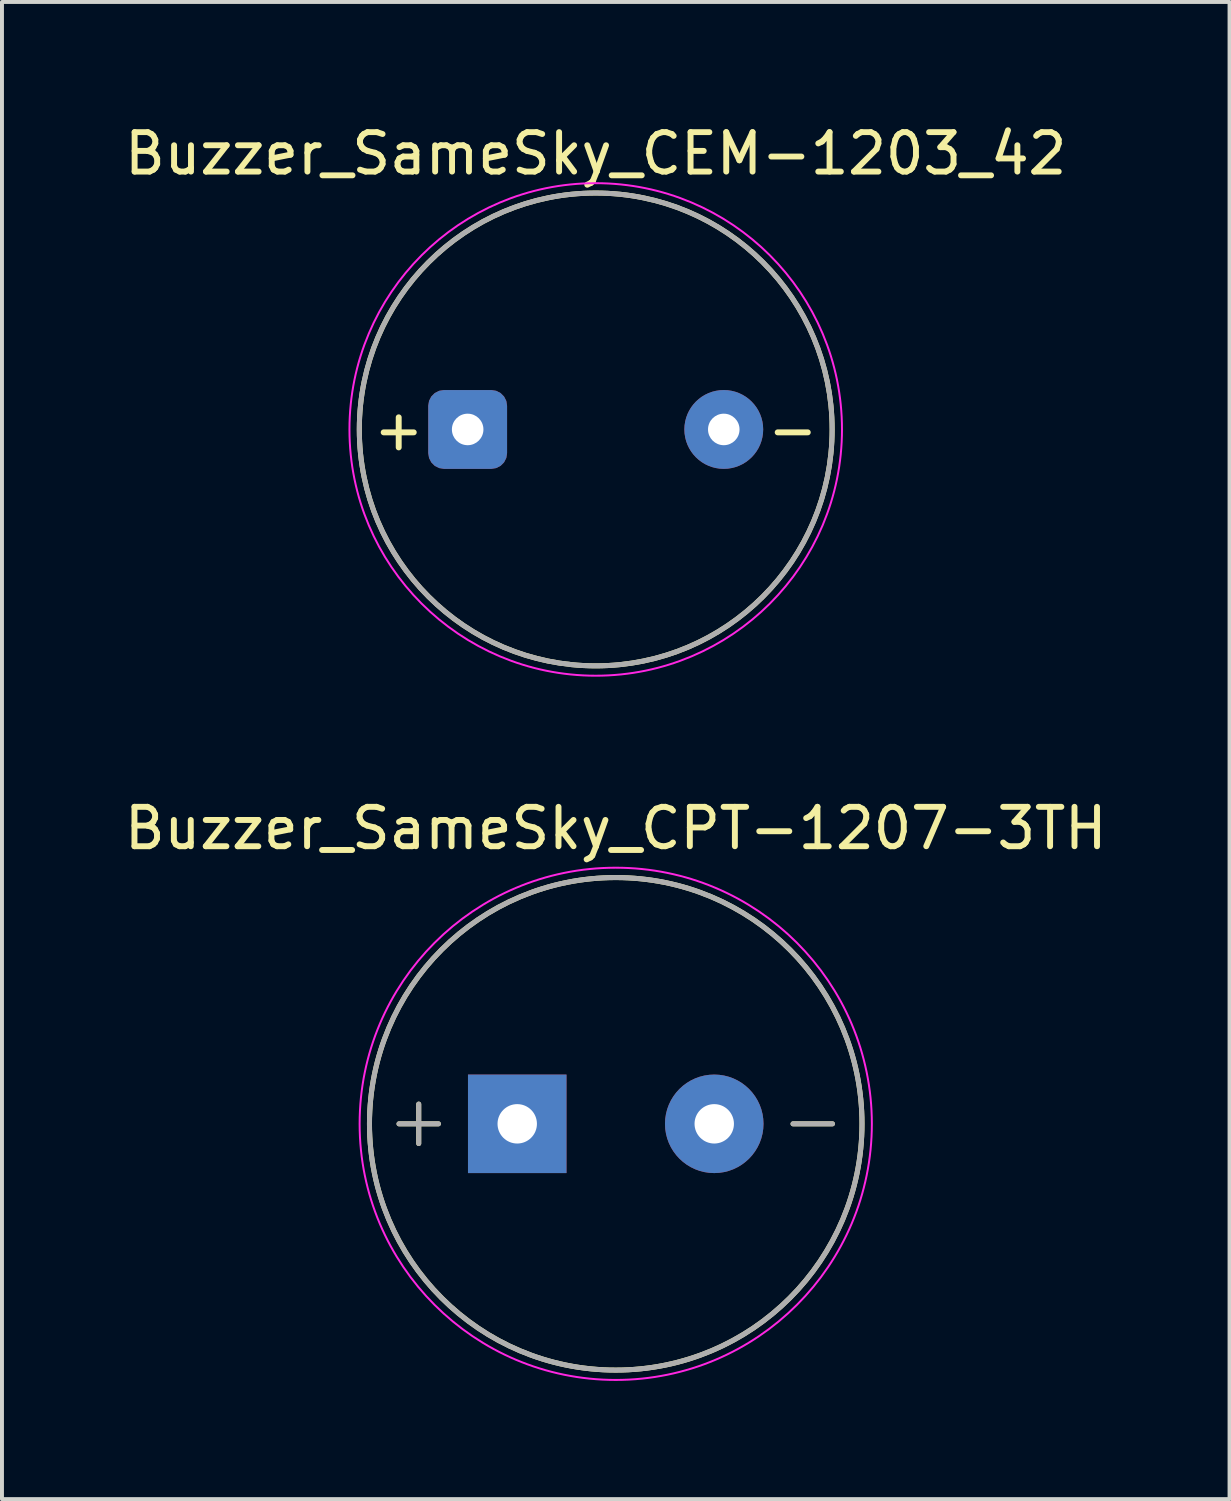
<source format=kicad_pcb>
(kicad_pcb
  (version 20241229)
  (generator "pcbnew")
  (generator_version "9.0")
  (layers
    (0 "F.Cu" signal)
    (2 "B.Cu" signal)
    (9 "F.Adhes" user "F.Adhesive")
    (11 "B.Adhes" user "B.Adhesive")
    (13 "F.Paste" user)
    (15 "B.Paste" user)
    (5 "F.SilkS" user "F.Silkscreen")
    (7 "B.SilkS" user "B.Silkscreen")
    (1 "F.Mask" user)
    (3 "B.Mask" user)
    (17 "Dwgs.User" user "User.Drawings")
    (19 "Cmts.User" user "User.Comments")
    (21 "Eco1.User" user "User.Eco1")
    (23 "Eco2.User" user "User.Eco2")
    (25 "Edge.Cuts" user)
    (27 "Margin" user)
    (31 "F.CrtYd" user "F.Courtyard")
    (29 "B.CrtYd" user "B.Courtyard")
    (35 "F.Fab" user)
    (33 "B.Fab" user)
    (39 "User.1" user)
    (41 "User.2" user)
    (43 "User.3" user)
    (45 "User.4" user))
  (footprint "Buzzer_SameSky_CPT-1207-3TH"
    (layer "F.Cu")
    (at 12.577 25.472)
    (property "Reference" "Buzzer_SameSky_CPT-1207-3TH" (at 0 -7.5 0) (layer "F.SilkS") (effects (font (size 1 1) (thickness 0.15))))
    (attr through_hole)
    (fp_line (start -5 -0.5) (end -5 0.5) (stroke (width 0.127) (type solid)) (layer "F.SilkS"))
    (fp_line (start -4.5 0) (end -5.5 0) (stroke (width 0.127) (type solid)) (layer "F.SilkS"))
    (fp_line (start 4.5 0) (end 5.5 0) (stroke (width 0.127) (type solid)) (layer "F.SilkS"))
    (fp_circle (center 0 0) (end 6.25 0) (stroke (width 0.127) (type solid)) (fill no) (layer "F.SilkS"))
    (fp_circle (center 0 0) (end 6.5 0) (stroke (width 0.05) (type solid)) (fill no) (layer "F.CrtYd"))
    (fp_line (start -5.5 0) (end -4.5 0) (stroke (width 0.127) (type solid)) (layer "F.Fab"))
    (fp_line (start -5 -0.5) (end -5 0.5) (stroke (width 0.127) (type solid)) (layer "F.Fab"))
    (fp_line (start 4.5 0) (end 5.5 0) (stroke (width 0.127) (type solid)) (layer "F.Fab"))
    (fp_circle (center 0 0) (end 6.25 0) (stroke (width 0.127) (type solid)) (fill no) (layer "F.Fab"))
    (pad "1" thru_hole rect (at -2.5 0) (size 2.5 2.5) (drill 1) (layers "*.Cu" "*.Mask"))
    (pad "2" thru_hole circle (at 2.5 0) (size 2.5 2.5) (drill 1) (layers "*.Cu" "*.Mask")))
  (footprint "Buzzer_SameSky_CEM-1203_42"
    (layer "F.Cu")
    (at 12.069 7.849)
    (property "Reference" "Buzzer_SameSky_CEM-1203_42" (at 0 -7 0) (layer "F.SilkS") (effects (font (size 1.001 1.001) (thickness 0.15))))
    (attr through_hole)
    (fp_circle (center 0 0) (end 6 0) (stroke (width 0.127) (type solid)) (fill no) (layer "F.SilkS"))
    (fp_circle (center 0 0) (end 6.25 0) (stroke (width 0.05) (type solid)) (fill no) (layer "F.CrtYd"))
    (fp_circle (center 0 0) (end 6 0) (stroke (width 0.127) (type solid)) (fill no) (layer "F.Fab"))
    (fp_text user "+" (at -5 0 0) (layer "F.SilkS") (effects (font (size 1.002 1.002) (thickness 0.15))))
    (fp_text user "-" (at 5 0 0) (layer "F.SilkS") (effects (font (size 1.002 1.002) (thickness 0.15))))
    (pad "1" thru_hole roundrect (at -3.25 0) (size 2 2) (drill 0.8) (layers "*.Cu" "*.Mask") (roundrect_rratio 0.2))
    (pad "2" thru_hole circle (at 3.25 0) (size 2 2) (drill 0.8) (layers "*.Cu" "*.Mask")))
  (gr_rect
    (start -3 -3)
    (end 28.155 34.997)
    (stroke (width 0.1) (type default))
    (fill no)
    (layer "Edge.Cuts")))
</source>
